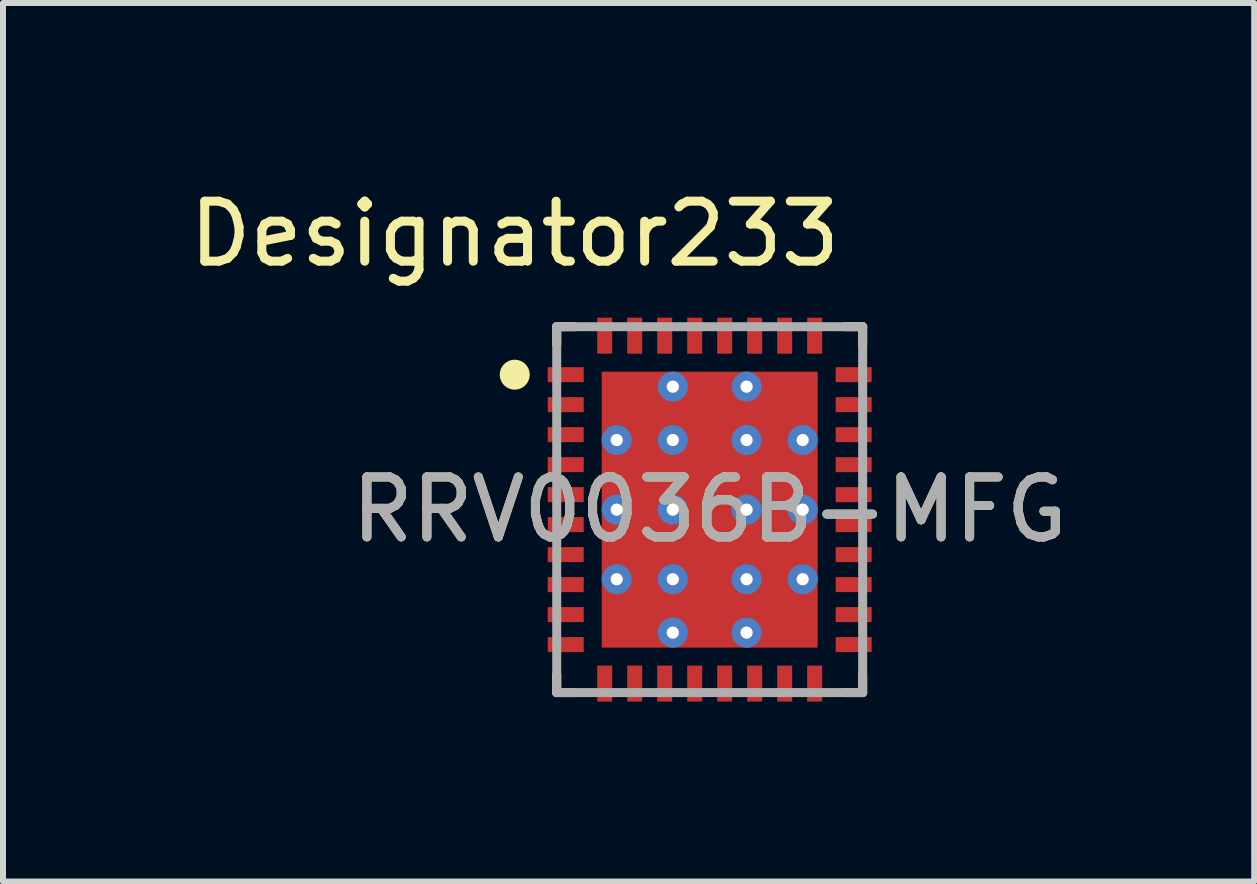
<source format=kicad_pcb>
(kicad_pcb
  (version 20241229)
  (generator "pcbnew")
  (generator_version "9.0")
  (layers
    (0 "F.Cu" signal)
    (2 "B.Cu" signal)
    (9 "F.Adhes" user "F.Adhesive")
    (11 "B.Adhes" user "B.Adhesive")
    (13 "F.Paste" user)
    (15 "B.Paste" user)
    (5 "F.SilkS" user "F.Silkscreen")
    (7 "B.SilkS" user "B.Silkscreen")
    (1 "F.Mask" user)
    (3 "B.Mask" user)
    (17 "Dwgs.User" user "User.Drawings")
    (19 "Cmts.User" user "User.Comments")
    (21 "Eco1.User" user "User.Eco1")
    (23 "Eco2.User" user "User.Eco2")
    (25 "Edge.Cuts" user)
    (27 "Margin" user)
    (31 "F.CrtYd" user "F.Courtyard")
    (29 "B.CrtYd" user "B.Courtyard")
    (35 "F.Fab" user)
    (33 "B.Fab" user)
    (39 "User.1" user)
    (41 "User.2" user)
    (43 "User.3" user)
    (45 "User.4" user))
  (footprint "RRV0036B-MFG"
    (layer "F.Cu")
    (at 8.781 5.446)
    (property "Reference" "RRV0036B-MFG" (at 0 0 0) (unlocked yes) (layer "F.SilkS") (effects (font (size 1 1) (thickness 0.15))))
    (attr smd)
    (fp_line (start -2.55 -3.05) (end -2.25 -3.05) (stroke (width 0.15) (type solid)) (layer "F.SilkS"))
    (fp_line (start -2.55 -2.75) (end -2.55 -3.05) (stroke (width 0.15) (type solid)) (layer "F.SilkS"))
    (fp_line (start -2.55 3.05) (end -2.55 2.75) (stroke (width 0.15) (type solid)) (layer "F.SilkS"))
    (fp_line (start -2.55 3.05) (end -2.25 3.05) (stroke (width 0.15) (type solid)) (layer "F.SilkS"))
    (fp_line (start 2.25 -3.05) (end 2.55 -3.05) (stroke (width 0.15) (type solid)) (layer "F.SilkS"))
    (fp_line (start 2.25 3.05) (end 2.55 3.05) (stroke (width 0.15) (type solid)) (layer "F.SilkS"))
    (fp_line (start 2.55 -2.75) (end 2.55 -3.05) (stroke (width 0.15) (type solid)) (layer "F.SilkS"))
    (fp_line (start 2.55 3.05) (end 2.55 2.75) (stroke (width 0.15) (type solid)) (layer "F.SilkS"))
    (fp_circle (center -3.25 -2.25) (end -3.125 -2.25) (stroke (width 0.25) (type solid)) (fill no) (layer "F.SilkS"))
    (fp_poly (pts (xy -1.745 -2.17) (xy -1.695 -2.22) (xy -0.765 -2.22) (xy -0.715 -2.17) (xy -0.715 -1.31) (xy -0.765 -1.26) (xy -1.695 -1.26) (xy -1.745 -1.31)) (stroke (width 0) (type solid)) (fill yes) (layer "F.Paste"))
    (fp_poly (pts (xy -1.695 1.06) (xy -1.745 1.01) (xy -1.745 0.15) (xy -1.695 0.1) (xy -0.765 0.1) (xy -0.715 0.15) (xy -0.715 1.01) (xy -0.765 1.06)) (stroke (width 0) (type solid)) (fill yes) (layer "F.Paste"))
    (fp_poly (pts (xy -0.715 -1.01) (xy -0.715 -0.15) (xy -0.765 -0.1) (xy -1.695 -0.1) (xy -1.745 -0.15) (xy -1.745 -1.01) (xy -1.695 -1.06) (xy -0.765 -1.06)) (stroke (width 0) (type solid)) (fill yes) (layer "F.Paste"))
    (fp_poly (pts (xy -0.715 1.31) (xy -0.715 2.17) (xy -0.765 2.22) (xy -1.695 2.22) (xy -1.745 2.17) (xy -1.745 1.31) (xy -1.695 1.26) (xy -0.765 1.26)) (stroke (width 0) (type solid)) (fill yes) (layer "F.Paste"))
    (fp_poly (pts (xy -0.515 -1.01) (xy -0.465 -1.06) (xy 0.465 -1.06) (xy 0.515 -1.01) (xy 0.515 -0.15) (xy 0.465 -0.1) (xy -0.465 -0.1) (xy -0.515 -0.15)) (stroke (width 0) (type solid)) (fill yes) (layer "F.Paste"))
    (fp_poly (pts (xy -0.515 0.15) (xy -0.465 0.1) (xy 0.465 0.1) (xy 0.515 0.15) (xy 0.515 1.01) (xy 0.465 1.06) (xy -0.465 1.06) (xy -0.515 1.01)) (stroke (width 0) (type solid)) (fill yes) (layer "F.Paste"))
    (fp_poly (pts (xy -0.515 1.31) (xy -0.465 1.26) (xy 0.465 1.26) (xy 0.515 1.31) (xy 0.515 2.17) (xy 0.465 2.22) (xy -0.465 2.22) (xy -0.515 2.17)) (stroke (width 0) (type solid)) (fill yes) (layer "F.Paste"))
    (fp_poly (pts (xy 0.465 -2.22) (xy 0.515 -2.17) (xy 0.515 -1.31) (xy 0.465 -1.26) (xy -0.465 -1.26) (xy -0.515 -1.31) (xy -0.515 -2.17) (xy -0.465 -2.22)) (stroke (width 0) (type solid)) (fill yes) (layer "F.Paste"))
    (fp_poly (pts (xy 0.715 -2.17) (xy 0.765 -2.22) (xy 1.695 -2.22) (xy 1.745 -2.17) (xy 1.745 -1.31) (xy 1.695 -1.26) (xy 0.765 -1.26) (xy 0.715 -1.31)) (stroke (width 0) (type solid)) (fill yes) (layer "F.Paste"))
    (fp_poly (pts (xy 1.745 -0.15) (xy 1.695 -0.1) (xy 0.765 -0.1) (xy 0.715 -0.15) (xy 0.715 -1.01) (xy 0.765 -1.06) (xy 1.695 -1.06) (xy 1.745 -1.01)) (stroke (width 0) (type solid)) (fill yes) (layer "F.Paste"))
    (fp_poly (pts (xy 1.745 1.01) (xy 1.695 1.06) (xy 0.765 1.06) (xy 0.715 1.01) (xy 0.715 0.15) (xy 0.765 0.1) (xy 1.695 0.1) (xy 1.745 0.15)) (stroke (width 0) (type solid)) (fill yes) (layer "F.Paste"))
    (fp_poly (pts (xy 1.745 2.17) (xy 1.695 2.22) (xy 0.765 2.22) (xy 0.715 2.17) (xy 0.715 1.31) (xy 0.765 1.26) (xy 1.695 1.26) (xy 1.745 1.31)) (stroke (width 0) (type solid)) (fill yes) (layer "F.Paste"))
    (fp_line (start -2.55 -3.05) (end 2.55 -3.05) (stroke (width 0.15) (type solid)) (layer "F.Fab"))
    (fp_line (start -2.55 3.05) (end -2.55 -3.05) (stroke (width 0.15) (type solid)) (layer "F.Fab"))
    (fp_line (start -2.55 3.05) (end 2.55 3.05) (stroke (width 0.15) (type solid)) (layer "F.Fab"))
    (fp_line (start 2.55 3.05) (end 2.55 -3.05) (stroke (width 0.15) (type solid)) (layer "F.Fab"))
    (fp_text user "Designator233" (at -3.251 -4.597 0) (unlocked yes) (layer "F.SilkS") (effects (font (size 1 1) (thickness 0.15))))
    (fp_text user "${REFERENCE}" (at 0 0 0) (unlocked yes) (layer "F.Fab") (effects (font (size 1 1) (thickness 0.15))))
    (pad "1" smd rect (at -2.4 -2.25) (size 0.6 0.25) (layers "F.Cu" "F.Mask" "F.Paste"))
    (pad "2" smd rect (at -2.4 -1.75) (size 0.6 0.25) (layers "F.Cu" "F.Mask" "F.Paste"))
    (pad "3" smd rect (at -2.4 -1.25) (size 0.6 0.25) (layers "F.Cu" "F.Mask" "F.Paste"))
    (pad "4" smd rect (at -2.4 -0.75) (size 0.6 0.25) (layers "F.Cu" "F.Mask" "F.Paste"))
    (pad "5" smd rect (at -2.4 -0.25) (size 0.6 0.25) (layers "F.Cu" "F.Mask" "F.Paste"))
    (pad "6" smd rect (at -2.4 0.25) (size 0.6 0.25) (layers "F.Cu" "F.Mask" "F.Paste"))
    (pad "7" smd rect (at -2.4 0.75) (size 0.6 0.25) (layers "F.Cu" "F.Mask" "F.Paste"))
    (pad "8" smd rect (at -2.4 1.25) (size 0.6 0.25) (layers "F.Cu" "F.Mask" "F.Paste"))
    (pad "9" smd rect (at -2.4 1.75) (size 0.6 0.25) (layers "F.Cu" "F.Mask" "F.Paste"))
    (pad "10" smd rect (at -2.4 2.25) (size 0.6 0.25) (layers "F.Cu" "F.Mask" "F.Paste"))
    (pad "11" smd rect (at -1.75 2.9 90) (size 0.6 0.25) (layers "F.Cu" "F.Mask" "F.Paste"))
    (pad "12" smd rect (at -1.25 2.9 90) (size 0.6 0.25) (layers "F.Cu" "F.Mask" "F.Paste"))
    (pad "13" smd rect (at -0.75 2.9 90) (size 0.6 0.25) (layers "F.Cu" "F.Mask" "F.Paste"))
    (pad "14" smd rect (at -0.25 2.9 90) (size 0.6 0.25) (layers "F.Cu" "F.Mask" "F.Paste"))
    (pad "15" smd rect (at 0.25 2.9 90) (size 0.6 0.25) (layers "F.Cu" "F.Mask" "F.Paste"))
    (pad "16" smd rect (at 0.75 2.9 90) (size 0.6 0.25) (layers "F.Cu" "F.Mask" "F.Paste"))
    (pad "17" smd rect (at 1.25 2.9 90) (size 0.6 0.25) (layers "F.Cu" "F.Mask" "F.Paste"))
    (pad "18" smd rect (at 1.75 2.9 90) (size 0.6 0.25) (layers "F.Cu" "F.Mask" "F.Paste"))
    (pad "19" smd rect (at 2.4 2.25) (size 0.6 0.25) (layers "F.Cu" "F.Mask" "F.Paste"))
    (pad "20" smd rect (at 2.4 1.75) (size 0.6 0.25) (layers "F.Cu" "F.Mask" "F.Paste"))
    (pad "21" smd rect (at 2.4 1.25) (size 0.6 0.25) (layers "F.Cu" "F.Mask" "F.Paste"))
    (pad "22" smd rect (at 2.4 0.75) (size 0.6 0.25) (layers "F.Cu" "F.Mask" "F.Paste"))
    (pad "23" smd rect (at 2.4 0.25) (size 0.6 0.25) (layers "F.Cu" "F.Mask" "F.Paste"))
    (pad "24" smd rect (at 2.4 -0.25) (size 0.6 0.25) (layers "F.Cu" "F.Mask" "F.Paste"))
    (pad "25" smd rect (at 2.4 -0.75) (size 0.6 0.25) (layers "F.Cu" "F.Mask" "F.Paste"))
    (pad "26" smd rect (at 2.4 -1.25) (size 0.6 0.25) (layers "F.Cu" "F.Mask" "F.Paste"))
    (pad "27" smd rect (at 2.4 -1.75) (size 0.6 0.25) (layers "F.Cu" "F.Mask" "F.Paste"))
    (pad "28" smd rect (at 2.4 -2.25) (size 0.6 0.25) (layers "F.Cu" "F.Mask" "F.Paste"))
    (pad "29" smd rect (at 1.75 -2.9 90) (size 0.6 0.25) (layers "F.Cu" "F.Mask" "F.Paste"))
    (pad "30" smd rect (at 1.25 -2.9 90) (size 0.6 0.25) (layers "F.Cu" "F.Mask" "F.Paste"))
    (pad "31" smd rect (at 0.75 -2.9 90) (size 0.6 0.25) (layers "F.Cu" "F.Mask" "F.Paste"))
    (pad "32" smd rect (at 0.25 -2.9 90) (size 0.6 0.25) (layers "F.Cu" "F.Mask" "F.Paste"))
    (pad "33" smd rect (at -0.25 -2.9 90) (size 0.6 0.25) (layers "F.Cu" "F.Mask" "F.Paste"))
    (pad "34" smd rect (at -0.75 -2.9 90) (size 0.6 0.25) (layers "F.Cu" "F.Mask" "F.Paste"))
    (pad "35" smd rect (at -1.25 -2.9 90) (size 0.6 0.25) (layers "F.Cu" "F.Mask" "F.Paste"))
    (pad "36" smd rect (at -1.75 -2.9 90) (size 0.6 0.25) (layers "F.Cu" "F.Mask" "F.Paste"))
    (pad "37" smd rect (at 0 0) (size 3.6 4.6) (layers "F.Cu" "F.Mask"))
    (pad "38" thru_hole circle (at 0.615 1.16) (size 0.5 0.5) (drill 0.203) (layers "*.Cu" "*.Mask"))
    (pad "39" thru_hole circle (at 0.615 0) (size 0.5 0.5) (drill 0.203) (layers "*.Cu" "*.Mask"))
    (pad "40" thru_hole circle (at 0.615 -1.16) (size 0.5 0.5) (drill 0.203) (layers "*.Cu" "*.Mask"))
    (pad "41" thru_hole circle (at -0.615 1.16) (size 0.5 0.5) (drill 0.203) (layers "*.Cu" "*.Mask"))
    (pad "42" thru_hole circle (at -0.615 0) (size 0.5 0.5) (drill 0.203) (layers "*.Cu" "*.Mask"))
    (pad "43" thru_hole circle (at -0.615 -1.16) (size 0.5 0.5) (drill 0.203) (layers "*.Cu" "*.Mask"))
    (pad "44" thru_hole circle (at -1.55 1.16) (size 0.5 0.5) (drill 0.203) (layers "*.Cu" "*.Mask"))
    (pad "45" thru_hole circle (at -1.55 0) (size 0.5 0.5) (drill 0.203) (layers "*.Cu" "*.Mask"))
    (pad "46" thru_hole circle (at -1.55 -1.16) (size 0.5 0.5) (drill 0.203) (layers "*.Cu" "*.Mask"))
    (pad "47" thru_hole circle (at 1.55 1.16) (size 0.5 0.5) (drill 0.203) (layers "*.Cu" "*.Mask"))
    (pad "48" thru_hole circle (at 1.55 0) (size 0.5 0.5) (drill 0.203) (layers "*.Cu" "*.Mask"))
    (pad "49" thru_hole circle (at 1.55 -1.16) (size 0.5 0.5) (drill 0.203) (layers "*.Cu" "*.Mask"))
    (pad "50" thru_hole circle (at 0.615 -2.05) (size 0.5 0.5) (drill 0.203) (layers "*.Cu" "*.Mask"))
    (pad "51" thru_hole circle (at -0.615 -2.05) (size 0.5 0.5) (drill 0.203) (layers "*.Cu" "*.Mask"))
    (pad "52" thru_hole circle (at -0.615 2.05) (size 0.5 0.5) (drill 0.203) (layers "*.Cu" "*.Mask"))
    (pad "53" thru_hole circle (at 0.615 2.05) (size 0.5 0.5) (drill 0.203) (layers "*.Cu" "*.Mask")))
  (gr_rect
    (start -3 -3)
    (end 17.858 11.646)
    (stroke (width 0.1) (type default))
    (fill no)
    (layer "Edge.Cuts")))
</source>
